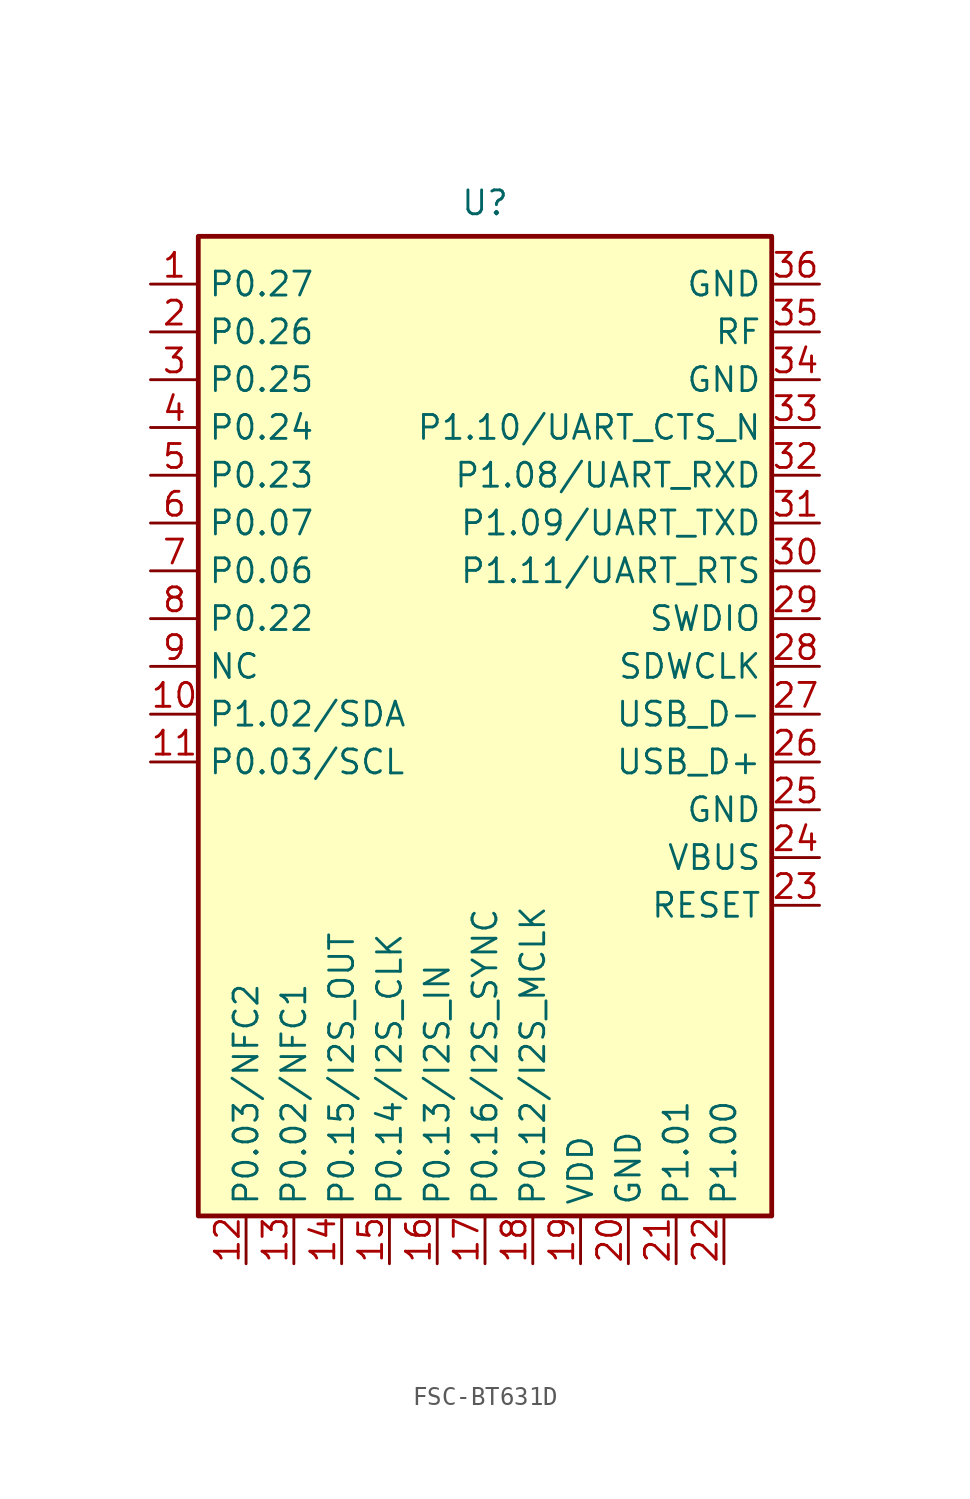
<source format=kicad_sym>
(kicad_symbol_lib
  (version 20241209)
  (generator "kicad_symbol_editor")
  (generator_version "9.0")
  (symbol "FSC-BT631D"
    (property "Reference" "U"
      (at 0 27.178 0)
      (effects (font (size 1.27 1.27))))
    (property "Value" ""
      (at -6.35 3.81 0)
      (effects (font (size 1.27 1.27))))
    (symbol "FSC-BT631D_0_1"
      (rectangle (start -15.24 25.4) (end 15.24 -26.67) (stroke (width 0.254) (type default)) (fill (type background))))
    (symbol "FSC-BT631D_1_1"
      (pin bidirectional line (at -17.78 22.86 0) (length 2.54) (name "P0.27" (effects (font (size 1.27 1.27)))) (number "1" (effects (font (size 1.27 1.27)))))
      (pin bidirectional line (at -17.78 20.32 0) (length 2.54) (name "P0.26" (effects (font (size 1.27 1.27)))) (number "2" (effects (font (size 1.27 1.27)))))
      (pin bidirectional line (at -17.78 17.78 0) (length 2.54) (name "P0.25" (effects (font (size 1.27 1.27)))) (number "3" (effects (font (size 1.27 1.27)))))
      (pin bidirectional line (at -17.78 15.24 0) (length 2.54) (name "P0.24" (effects (font (size 1.27 1.27)))) (number "4" (effects (font (size 1.27 1.27)))))
      (pin bidirectional line (at -17.78 12.7 0) (length 2.54) (name "P0.23" (effects (font (size 1.27 1.27)))) (number "5" (effects (font (size 1.27 1.27)))))
      (pin bidirectional line (at -17.78 10.16 0) (length 2.54) (name "P0.07" (effects (font (size 1.27 1.27)))) (number "6" (effects (font (size 1.27 1.27)))))
      (pin bidirectional line (at -17.78 7.62 0) (length 2.54) (name "P0.06" (effects (font (size 1.27 1.27)))) (number "7" (effects (font (size 1.27 1.27)))))
      (pin bidirectional line (at -17.78 5.08 0) (length 2.54) (name "P0.22" (effects (font (size 1.27 1.27)))) (number "8" (effects (font (size 1.27 1.27)))))
      (pin bidirectional line (at -17.78 2.54 0) (length 2.54) (name "NC" (effects (font (size 1.27 1.27)))) (number "9" (effects (font (size 1.27 1.27)))))
      (pin bidirectional line (at -17.78 0 0) (length 2.54) (name "P1.02/SDA" (effects (font (size 1.27 1.27)))) (number "10" (effects (font (size 1.27 1.27)))))
      (pin bidirectional line (at -17.78 -2.54 0) (length 2.54) (name "P0.03/SCL" (effects (font (size 1.27 1.27)))) (number "11" (effects (font (size 1.27 1.27)))))
      (pin bidirectional line (at -12.7 -29.21 90) (length 2.54) (name "P0.03/NFC2" (effects (font (size 1.27 1.27)))) (number "12" (effects (font (size 1.27 1.27)))))
      (pin bidirectional line (at -10.16 -29.21 90) (length 2.54) (name "P0.02/NFC1" (effects (font (size 1.27 1.27)))) (number "13" (effects (font (size 1.27 1.27)))))
      (pin bidirectional line (at -7.62 -29.21 90) (length 2.54) (name "P0.15/I2S_OUT" (effects (font (size 1.27 1.27)))) (number "14" (effects (font (size 1.27 1.27)))))
      (pin bidirectional line (at -5.08 -29.21 90) (length 2.54) (name "P0.14/I2S_CLK" (effects (font (size 1.27 1.27)))) (number "15" (effects (font (size 1.27 1.27)))))
      (pin bidirectional line (at -2.54 -29.21 90) (length 2.54) (name "P0.13/I2S_IN" (effects (font (size 1.27 1.27)))) (number "16" (effects (font (size 1.27 1.27)))))
      (pin bidirectional line (at 0 -29.21 90) (length 2.54) (name "P0.16/I2S_SYNC" (effects (font (size 1.27 1.27)))) (number "17" (effects (font (size 1.27 1.27)))))
      (pin bidirectional line (at 2.54 -29.21 90) (length 2.54) (name "P0.12/I2S_MCLK" (effects (font (size 1.27 1.27)))) (number "18" (effects (font (size 1.27 1.27)))))
      (pin power_in line (at 5.08 -29.21 90) (length 2.54) (name "VDD" (effects (font (size 1.27 1.27)))) (number "19" (effects (font (size 1.27 1.27)))))
      (pin power_in line (at 7.62 -29.21 90) (length 2.54) (name "GND" (effects (font (size 1.27 1.27)))) (number "20" (effects (font (size 1.27 1.27)))))
      (pin bidirectional line (at 10.16 -29.21 90) (length 2.54) (name "P1.01" (effects (font (size 1.27 1.27)))) (number "21" (effects (font (size 1.27 1.27)))))
      (pin bidirectional line (at 12.7 -29.21 90) (length 2.54) (name "P1.00" (effects (font (size 1.27 1.27)))) (number "22" (effects (font (size 1.27 1.27)))))
      (pin power_in line (at 17.78 22.86 180) (length 2.54) (name "GND" (effects (font (size 1.27 1.27)))) (number "36" (effects (font (size 1.27 1.27)))))
      (pin bidirectional line (at 17.78 20.32 180) (length 2.54) (name "RF" (effects (font (size 1.27 1.27)))) (number "35" (effects (font (size 1.27 1.27)))))
      (pin power_in line (at 17.78 17.78 180) (length 2.54) (name "GND" (effects (font (size 1.27 1.27)))) (number "34" (effects (font (size 1.27 1.27)))))
      (pin bidirectional line (at 17.78 15.24 180) (length 2.54) (name "P1.10/UART_CTS_N" (effects (font (size 1.27 1.27)))) (number "33" (effects (font (size 1.27 1.27)))))
      (pin bidirectional line (at 17.78 12.7 180) (length 2.54) (name "P1.08/UART_RXD" (effects (font (size 1.27 1.27)))) (number "32" (effects (font (size 1.27 1.27)))))
      (pin bidirectional line (at 17.78 10.16 180) (length 2.54) (name "P1.09/UART_TXD" (effects (font (size 1.27 1.27)))) (number "31" (effects (font (size 1.27 1.27)))))
      (pin bidirectional line (at 17.78 7.62 180) (length 2.54) (name "P1.11/UART_RTS" (effects (font (size 1.27 1.27)))) (number "30" (effects (font (size 1.27 1.27)))))
      (pin bidirectional line (at 17.78 5.08 180) (length 2.54) (name "SWDIO" (effects (font (size 1.27 1.27)))) (number "29" (effects (font (size 1.27 1.27)))))
      (pin bidirectional line (at 17.78 2.54 180) (length 2.54) (name "SDWCLK" (effects (font (size 1.27 1.27)))) (number "28" (effects (font (size 1.27 1.27)))))
      (pin bidirectional line (at 17.78 0 180) (length 2.54) (name "USB_D-" (effects (font (size 1.27 1.27)))) (number "27" (effects (font (size 1.27 1.27)))))
      (pin bidirectional line (at 17.78 -2.54 180) (length 2.54) (name "USB_D+" (effects (font (size 1.27 1.27)))) (number "26" (effects (font (size 1.27 1.27)))))
      (pin power_in line (at 17.78 -5.08 180) (length 2.54) (name "GND" (effects (font (size 1.27 1.27)))) (number "25" (effects (font (size 1.27 1.27)))))
      (pin power_in line (at 17.78 -7.62 180) (length 2.54) (name "VBUS" (effects (font (size 1.27 1.27)))) (number "24" (effects (font (size 1.27 1.27)))))
      (pin bidirectional line (at 17.78 -10.16 180) (length 2.54) (name "RESET" (effects (font (size 1.27 1.27)))) (number "23" (effects (font (size 1.27 1.27))))))))
</source>
